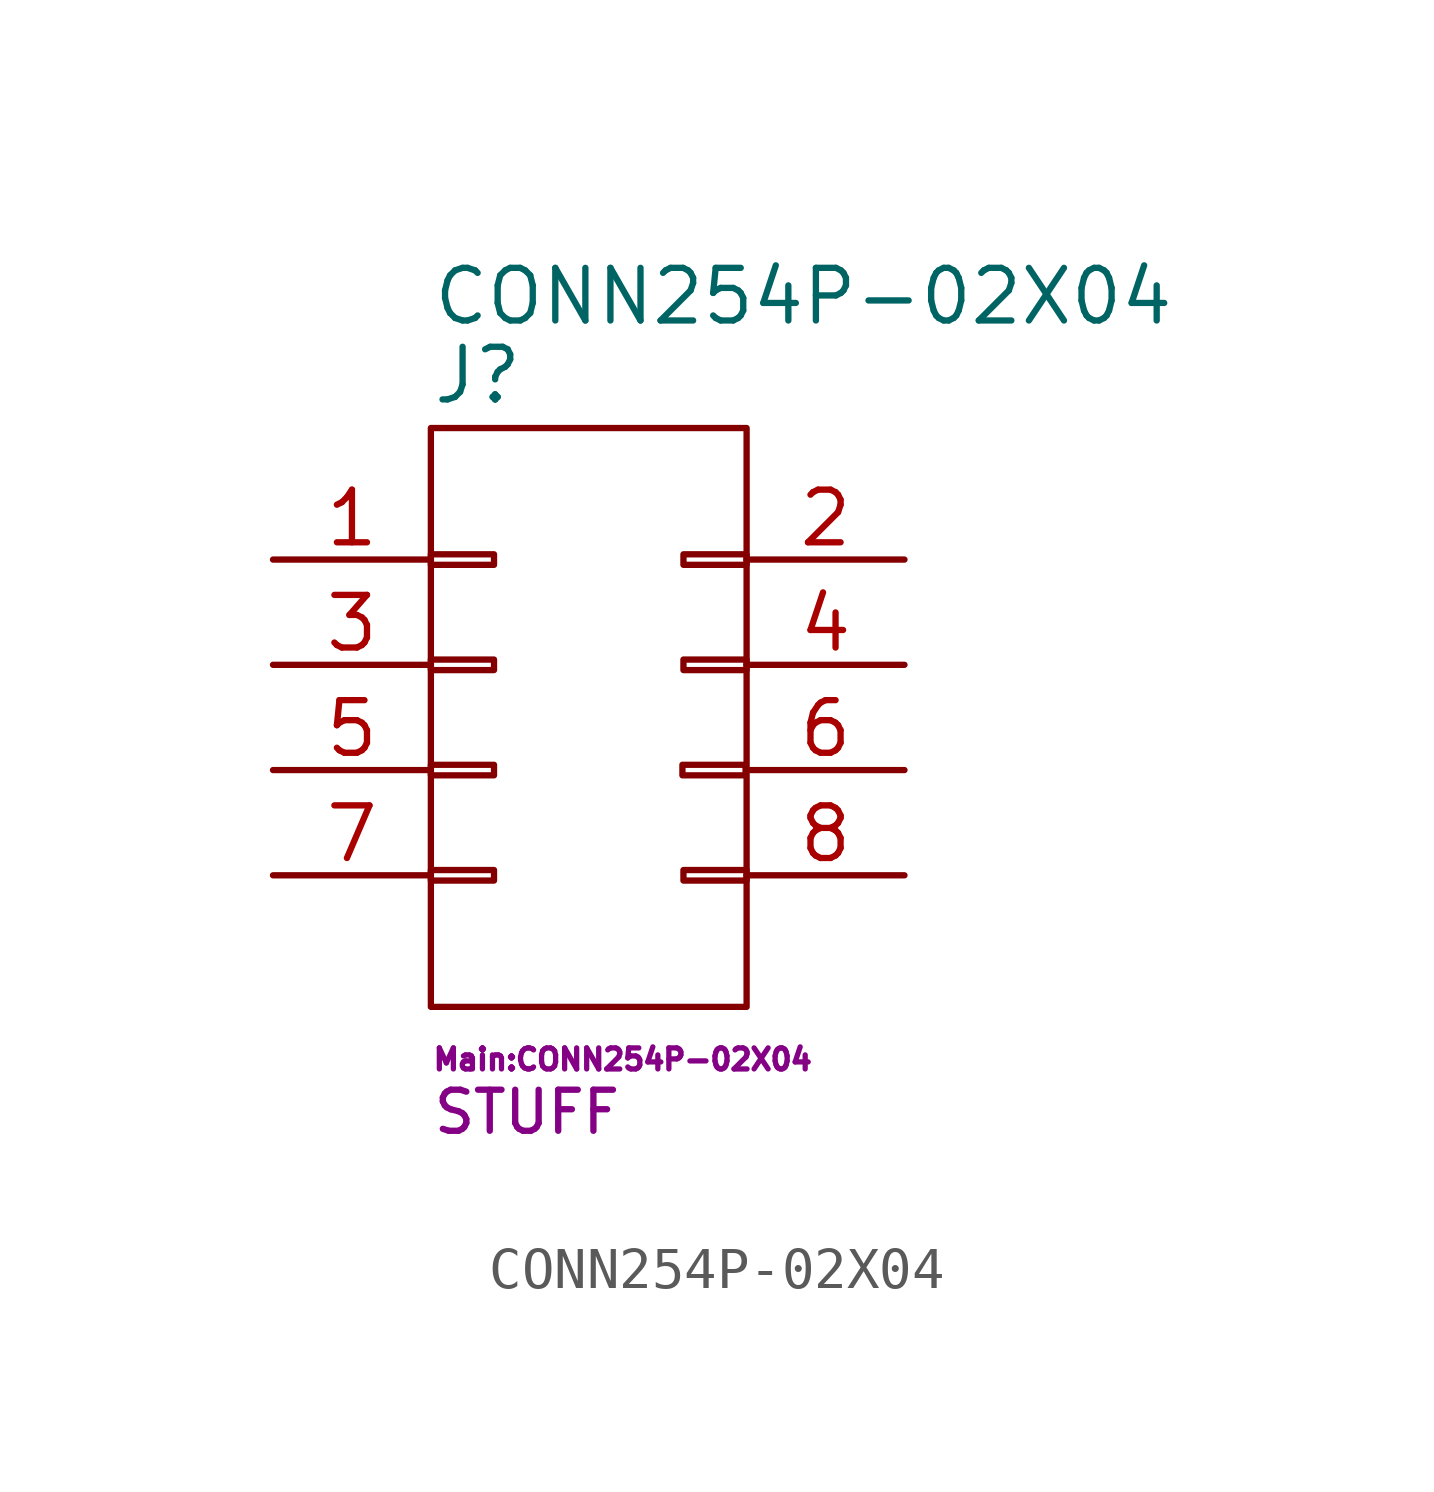
<source format=kicad_sym>
(kicad_symbol_lib
  (version 20211014)
  (generator kicad_symbol_editor)
  (symbol "CONN254P-02X04"
    (pin_names
      (offset 1.016) hide)
    (property "Reference" "J"
      (at -3.81 8.255 0)
      (effects (font (size 1.27 1.27)) (justify left)))
    (property "Value" "CONN254P-02X04"
      (at -3.81 10.16 0)
      (effects (font (size 1.27 1.27)) (justify left)))
    (property "Footprint" "Main:CONN254P-02X04"
      (at -3.81 -8.255 0)
      (effects (font (size 0.508 0.508)) (justify left)))
    (property "Datasheet" ""
      (at -2.54 6.35 0)
      (effects (font (size 1.27 1.27))))
    (property "SKU" "STUFF"
      (at -3.81 -9.525 0)
      (effects (font (size 0.991 0.991)) (justify left)))
    (symbol "CONN254P-02X04_0_1"
      (rectangle (start -3.81 -3.683) (end -2.286 -3.937) (stroke (width 0) (type default) (color 0 0 0 0)) (fill (type none)))
      (rectangle (start -3.81 -1.143) (end -2.286 -1.397) (stroke (width 0) (type default) (color 0 0 0 0)) (fill (type none)))
      (rectangle (start -3.81 1.397) (end -2.286 1.143) (stroke (width 0) (type default) (color 0 0 0 0)) (fill (type none)))
      (rectangle (start -3.81 3.937) (end -2.286 3.683) (stroke (width 0) (type default) (color 0 0 0 0)) (fill (type none)))
      (rectangle (start -3.81 6.985) (end 3.81 -6.985) (stroke (width 0) (type default) (color 0 0 0 0)) (fill (type none)))
      (rectangle (start 2.261 -1.143) (end 3.785 -1.397) (stroke (width 0) (type default) (color 0 0 0 0)) (fill (type none)))
      (rectangle (start 2.286 -3.683) (end 3.81 -3.937) (stroke (width 0) (type default) (color 0 0 0 0)) (fill (type none)))
      (rectangle (start 2.286 1.397) (end 3.81 1.143) (stroke (width 0) (type default) (color 0 0 0 0)) (fill (type none)))
      (rectangle (start 2.286 3.937) (end 3.81 3.683) (stroke (width 0) (type default) (color 0 0 0 0)) (fill (type none))))
    (symbol "CONN254P-02X04_1_1"
      (pin passive line (at -7.62 3.81 0) (length 3.81) (name "P1" (effects (font (size 1.27 1.27)))) (number "1" (effects (font (size 1.27 1.27)))))
      (pin passive line (at 7.62 3.81 180) (length 3.81) (name "P2" (effects (font (size 1.27 1.27)))) (number "2" (effects (font (size 1.27 1.27)))))
      (pin passive line (at -7.62 1.27 0) (length 3.81) (name "P3" (effects (font (size 1.27 1.27)))) (number "3" (effects (font (size 1.27 1.27)))))
      (pin passive line (at 7.62 1.27 180) (length 3.81) (name "P4" (effects (font (size 1.27 1.27)))) (number "4" (effects (font (size 1.27 1.27)))))
      (pin passive line (at -7.62 -1.27 0) (length 3.81) (name "P5" (effects (font (size 1.27 1.27)))) (number "5" (effects (font (size 1.27 1.27)))))
      (pin passive line (at 7.62 -1.27 180) (length 3.81) (name "P6" (effects (font (size 1.27 1.27)))) (number "6" (effects (font (size 1.27 1.27)))))
      (pin passive line (at -7.62 -3.81 0) (length 3.81) (name "P7" (effects (font (size 1.27 1.27)))) (number "7" (effects (font (size 1.27 1.27)))))
      (pin passive line (at 7.62 -3.81 180) (length 3.81) (name "P8" (effects (font (size 1.27 1.27)))) (number "8" (effects (font (size 1.27 1.27))))))))
</source>
